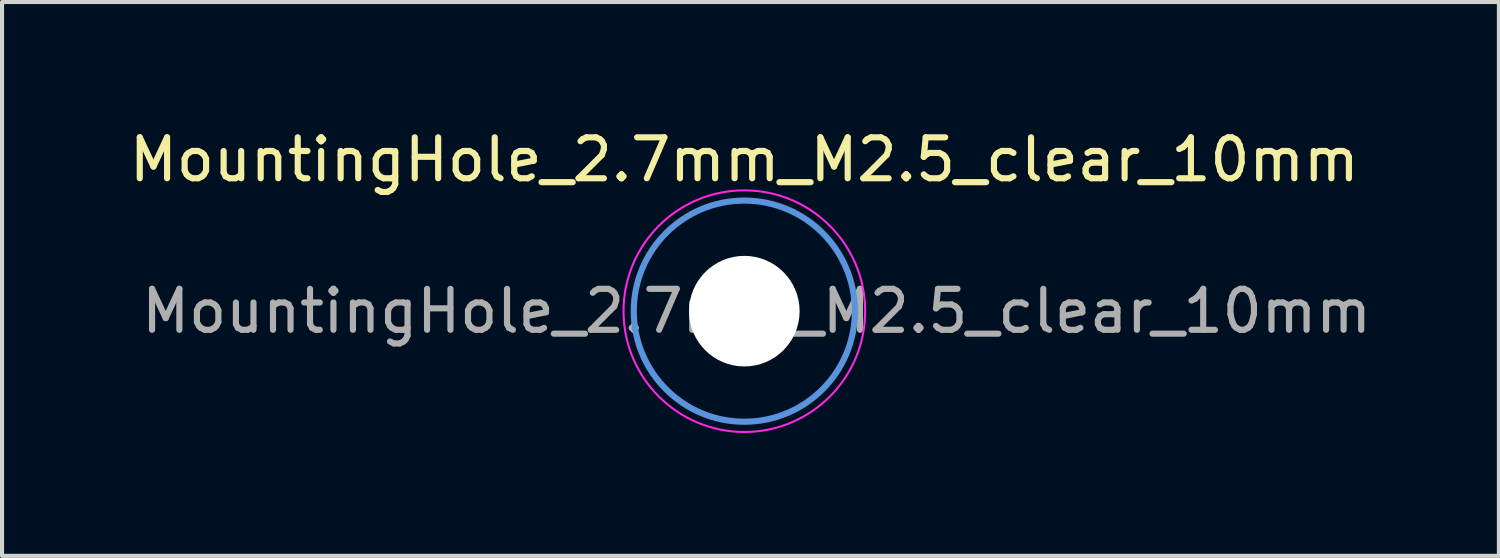
<source format=kicad_pcb>
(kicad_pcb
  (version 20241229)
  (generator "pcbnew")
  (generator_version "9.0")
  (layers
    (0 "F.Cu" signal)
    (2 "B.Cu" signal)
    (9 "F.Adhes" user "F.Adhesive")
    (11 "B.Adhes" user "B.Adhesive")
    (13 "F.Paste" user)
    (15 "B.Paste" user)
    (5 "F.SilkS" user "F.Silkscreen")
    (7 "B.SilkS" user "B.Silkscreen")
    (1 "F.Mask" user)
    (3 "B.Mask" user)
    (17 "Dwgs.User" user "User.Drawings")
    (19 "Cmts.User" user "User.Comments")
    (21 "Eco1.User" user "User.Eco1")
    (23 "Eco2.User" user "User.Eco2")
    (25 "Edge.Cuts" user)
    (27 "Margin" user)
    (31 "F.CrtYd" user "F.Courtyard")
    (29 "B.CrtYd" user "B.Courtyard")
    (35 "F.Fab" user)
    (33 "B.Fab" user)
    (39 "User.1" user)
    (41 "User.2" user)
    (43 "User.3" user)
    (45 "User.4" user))
  (footprint "MountingHole_2.7mm_M2.5_clear_10mm"
    (layer "F.Cu")
    (at 15.125 4.548)
    (property "Reference" "MountingHole_2.7mm_M2.5_clear_10mm" (at 0 -3.7 0) (layer "F.SilkS") (effects (font (size 1 1) (thickness 0.15))))
    (attr exclude_from_pos_files exclude_from_bom)
    (fp_circle (center 0 0) (end 2.7 0) (stroke (width 0.15) (type solid)) (fill no) (layer "Cmts.User"))
    (fp_circle (center 0 0) (end 2.95 0) (stroke (width 0.05) (type solid)) (fill no) (layer "F.CrtYd"))
    (fp_text user "${REFERENCE}" (at 0.3 0 0) (layer "F.Fab") (effects (font (size 1 1) (thickness 0.15))))
    (pad "" np_thru_hole circle (at 0 0) (size 2.7 2.7) (drill 2.7) (layers "*.Cu" "*.Mask")))
  (gr_rect
    (start -3 -3)
    (end 33.55 10.523)
    (stroke (width 0.1) (type default))
    (fill no)
    (layer "Edge.Cuts")))
</source>
